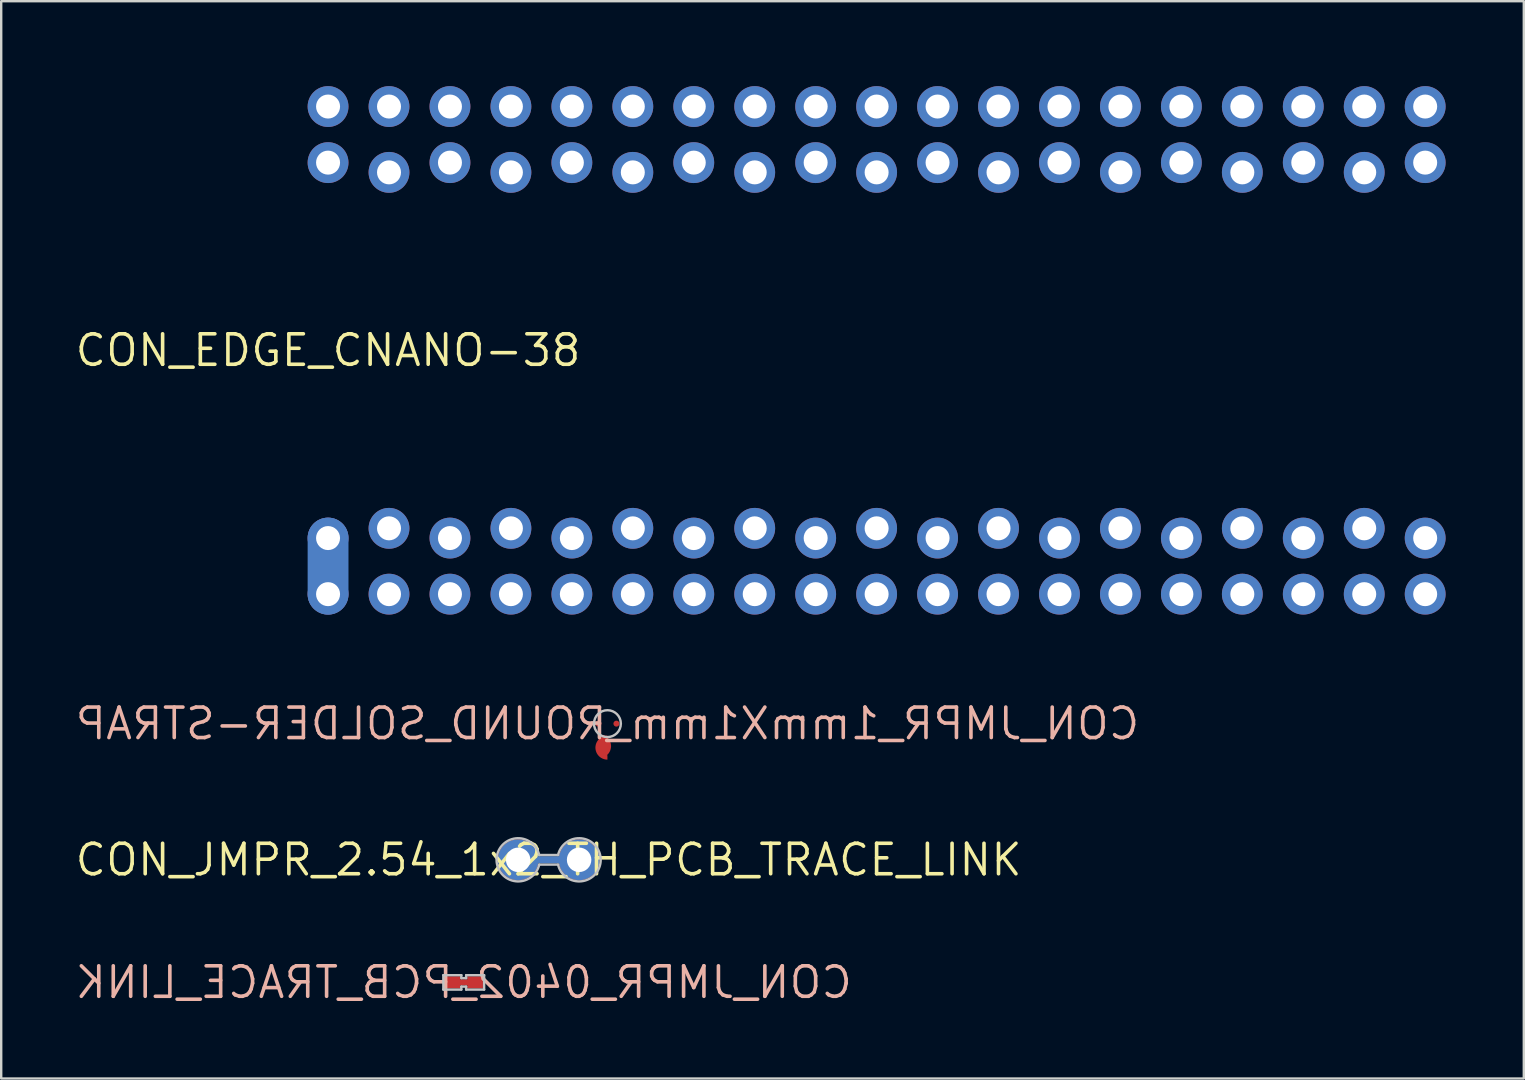
<source format=kicad_pcb>
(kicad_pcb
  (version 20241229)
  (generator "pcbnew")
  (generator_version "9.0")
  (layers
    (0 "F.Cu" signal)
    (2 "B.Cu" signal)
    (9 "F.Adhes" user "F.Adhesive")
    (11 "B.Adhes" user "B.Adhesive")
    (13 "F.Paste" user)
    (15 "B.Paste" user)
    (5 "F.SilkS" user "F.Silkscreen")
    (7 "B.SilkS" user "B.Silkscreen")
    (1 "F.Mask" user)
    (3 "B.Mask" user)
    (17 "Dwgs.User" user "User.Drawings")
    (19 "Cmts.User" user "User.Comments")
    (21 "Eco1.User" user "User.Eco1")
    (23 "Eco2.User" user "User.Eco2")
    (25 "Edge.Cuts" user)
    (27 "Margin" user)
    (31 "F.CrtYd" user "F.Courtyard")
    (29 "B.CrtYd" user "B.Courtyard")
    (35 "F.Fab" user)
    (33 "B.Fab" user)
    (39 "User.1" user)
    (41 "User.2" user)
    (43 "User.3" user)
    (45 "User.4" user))
  (footprint "CON_EDGE_CNANO-38"
    (layer "F.Cu")
    (at 10.621 11.55)
    (property "Reference" "CON_EDGE_CNANO-38" (at 0 0 0) (layer "F.SilkS") (effects (font (size 1.27 1.27) (thickness 0.15))))
    (fp_line (start 0 10.16) (end 0 7.823) (stroke (width 0.686) (type solid)) (layer "F.Cu"))
    (fp_line (start 0 10.16) (end 0 7.823) (stroke (width 1.702) (type solid)) (layer "B.Cu"))
    (fp_line (start 0 -7.823) (end 0 -10.16) (stroke (width 1.902) (type solid)) (layer "B.Mask"))
    (fp_line (start 0 10.16) (end 0 7.823) (stroke (width 1.902) (type solid)) (layer "B.Mask"))
    (fp_line (start 2.54 -7.417) (end 2.54 -10.16) (stroke (width 1.902) (type solid)) (layer "B.Mask"))
    (fp_line (start 2.54 10.16) (end 2.54 7.417) (stroke (width 1.902) (type solid)) (layer "B.Mask"))
    (fp_line (start 5.08 -7.823) (end 5.08 -10.16) (stroke (width 1.902) (type solid)) (layer "B.Mask"))
    (fp_line (start 5.08 10.16) (end 5.08 7.823) (stroke (width 1.902) (type solid)) (layer "B.Mask"))
    (fp_line (start 7.62 -7.417) (end 7.62 -10.16) (stroke (width 1.902) (type solid)) (layer "B.Mask"))
    (fp_line (start 7.62 10.16) (end 7.62 7.417) (stroke (width 1.902) (type solid)) (layer "B.Mask"))
    (fp_line (start 10.16 -7.823) (end 10.16 -10.16) (stroke (width 1.902) (type solid)) (layer "B.Mask"))
    (fp_line (start 10.16 10.16) (end 10.16 7.823) (stroke (width 1.902) (type solid)) (layer "B.Mask"))
    (fp_line (start 12.7 -7.417) (end 12.7 -10.16) (stroke (width 1.902) (type solid)) (layer "B.Mask"))
    (fp_line (start 12.7 10.16) (end 12.7 7.417) (stroke (width 1.902) (type solid)) (layer "B.Mask"))
    (fp_line (start 15.24 -7.823) (end 15.24 -10.16) (stroke (width 1.902) (type solid)) (layer "B.Mask"))
    (fp_line (start 15.24 10.16) (end 15.24 7.823) (stroke (width 1.902) (type solid)) (layer "B.Mask"))
    (fp_line (start 17.78 -7.417) (end 17.78 -10.16) (stroke (width 1.902) (type solid)) (layer "B.Mask"))
    (fp_line (start 17.78 10.16) (end 17.78 7.417) (stroke (width 1.902) (type solid)) (layer "B.Mask"))
    (fp_line (start 20.32 -7.823) (end 20.32 -10.16) (stroke (width 1.902) (type solid)) (layer "B.Mask"))
    (fp_line (start 20.32 10.16) (end 20.32 7.823) (stroke (width 1.902) (type solid)) (layer "B.Mask"))
    (fp_line (start 22.86 -7.417) (end 22.86 -10.16) (stroke (width 1.902) (type solid)) (layer "B.Mask"))
    (fp_line (start 22.86 10.16) (end 22.86 7.417) (stroke (width 1.902) (type solid)) (layer "B.Mask"))
    (fp_line (start 25.4 -7.823) (end 25.4 -10.16) (stroke (width 1.902) (type solid)) (layer "B.Mask"))
    (fp_line (start 25.4 10.16) (end 25.4 7.823) (stroke (width 1.902) (type solid)) (layer "B.Mask"))
    (fp_line (start 27.94 -7.417) (end 27.94 -10.16) (stroke (width 1.902) (type solid)) (layer "B.Mask"))
    (fp_line (start 27.94 10.16) (end 27.94 7.417) (stroke (width 1.902) (type solid)) (layer "B.Mask"))
    (fp_line (start 30.48 -7.823) (end 30.48 -10.16) (stroke (width 1.902) (type solid)) (layer "B.Mask"))
    (fp_line (start 30.48 10.16) (end 30.48 7.823) (stroke (width 1.902) (type solid)) (layer "B.Mask"))
    (fp_line (start 33.02 -7.417) (end 33.02 -10.16) (stroke (width 1.902) (type solid)) (layer "B.Mask"))
    (fp_line (start 33.02 10.16) (end 33.02 7.417) (stroke (width 1.902) (type solid)) (layer "B.Mask"))
    (fp_line (start 35.56 -7.823) (end 35.56 -10.16) (stroke (width 1.902) (type solid)) (layer "B.Mask"))
    (fp_line (start 35.56 10.16) (end 35.56 7.823) (stroke (width 1.902) (type solid)) (layer "B.Mask"))
    (fp_line (start 38.1 -7.417) (end 38.1 -10.16) (stroke (width 1.902) (type solid)) (layer "B.Mask"))
    (fp_line (start 38.1 10.16) (end 38.1 7.417) (stroke (width 1.902) (type solid)) (layer "B.Mask"))
    (fp_line (start 40.64 -7.823) (end 40.64 -10.16) (stroke (width 1.902) (type solid)) (layer "B.Mask"))
    (fp_line (start 40.64 10.16) (end 40.64 7.823) (stroke (width 1.902) (type solid)) (layer "B.Mask"))
    (fp_line (start 43.18 -7.417) (end 43.18 -10.16) (stroke (width 1.902) (type solid)) (layer "B.Mask"))
    (fp_line (start 43.18 10.16) (end 43.18 7.417) (stroke (width 1.902) (type solid)) (layer "B.Mask"))
    (fp_line (start 45.72 -7.823) (end 45.72 -10.16) (stroke (width 1.902) (type solid)) (layer "B.Mask"))
    (fp_line (start 45.72 10.16) (end 45.72 7.823) (stroke (width 1.902) (type solid)) (layer "B.Mask"))
    (fp_line (start -1.06 -11.5) (end 46.78 -11.5) (stroke (width 0.1) (type solid)) (layer "Eco1.User"))
    (fp_line (start -1.06 11.5) (end -1.06 -11.5) (stroke (width 0.1) (type solid)) (layer "Eco1.User"))
    (fp_line (start -1.06 11.5) (end 46.78 11.5) (stroke (width 0.1) (type solid)) (layer "Eco1.User"))
    (fp_line (start -0.5 0) (end 0.5 0) (stroke (width 0.1) (type solid)) (layer "Eco1.User"))
    (fp_line (start 0 0.5) (end 0 -0.5) (stroke (width 0.1) (type solid)) (layer "Eco1.User"))
    (fp_line (start 46.78 11.5) (end 46.78 -11.5) (stroke (width 0.1) (type solid)) (layer "Eco1.User"))
    (fp_text_box "" (start -2.845 8.61) (end -2.845 8.61) (margins 0.406 0.406 0.406 0.406) (layer "F.Cu") (effects (font (size 0.475 0.4) (thickness 0.075)) (justify left bottom)) (border yes) (stroke (width 0.1) (type default)))
    (fp_text_box "" (start -1.547 9.192) (end -1.547 9.192) (margins 0.406 0.406 0.406 0.406) (layer "F.Cu") (effects (font (size 0.475 0.4) (thickness 0.075)) (justify left bottom)) (border yes) (stroke (width 0.1) (type default)))
    (fp_text_box "" (start -1.272 9.159) (end -1.272 9.159) (margins 1.85 1.85 1.85 1.85) (layer "F.Cu") (effects (font (size 2.4 2) (thickness 0.4)) (justify left bottom)) (border yes) (stroke (width 0.1) (type default)))
    (pad "1" thru_hole circle (at 0 7.823) (size 1.702 1.702) (drill 1) (layers "*.Cu" "*.Mask"))
    (pad "1" thru_hole circle (at 0 10.16) (size 1.702 1.702) (drill 1) (layers "*.Cu" "*.Mask"))
    (pad "2" thru_hole circle (at 2.54 7.417) (size 1.702 1.702) (drill 1) (layers "*.Cu" "*.Mask"))
    (pad "2" thru_hole circle (at 2.54 10.16) (size 1.702 1.702) (drill 1) (layers "*.Cu" "*.Mask"))
    (pad "3" thru_hole circle (at 5.08 7.823) (size 1.702 1.702) (drill 1) (layers "*.Cu" "*.Mask"))
    (pad "3" thru_hole circle (at 5.08 10.16) (size 1.702 1.702) (drill 1) (layers "*.Cu" "*.Mask"))
    (pad "4" thru_hole circle (at 7.62 7.417) (size 1.702 1.702) (drill 1) (layers "*.Cu" "*.Mask"))
    (pad "4" thru_hole circle (at 7.62 10.16) (size 1.702 1.702) (drill 1) (layers "*.Cu" "*.Mask"))
    (pad "5" thru_hole circle (at 10.16 7.823) (size 1.702 1.702) (drill 1) (layers "*.Cu" "*.Mask"))
    (pad "5" thru_hole circle (at 10.16 10.16) (size 1.702 1.702) (drill 1) (layers "*.Cu" "*.Mask"))
    (pad "6" thru_hole circle (at 12.7 7.417) (size 1.702 1.702) (drill 1) (layers "*.Cu" "*.Mask"))
    (pad "6" thru_hole circle (at 12.7 10.16) (size 1.702 1.702) (drill 1) (layers "*.Cu" "*.Mask"))
    (pad "7" thru_hole circle (at 15.24 7.823) (size 1.702 1.702) (drill 1) (layers "*.Cu" "*.Mask"))
    (pad "7" thru_hole circle (at 15.24 10.16) (size 1.702 1.702) (drill 1) (layers "*.Cu" "*.Mask"))
    (pad "8" thru_hole circle (at 17.78 7.417) (size 1.702 1.702) (drill 1) (layers "*.Cu" "*.Mask"))
    (pad "8" thru_hole circle (at 17.78 10.16) (size 1.702 1.702) (drill 1) (layers "*.Cu" "*.Mask"))
    (pad "9" thru_hole circle (at 20.32 7.823) (size 1.702 1.702) (drill 1) (layers "*.Cu" "*.Mask"))
    (pad "9" thru_hole circle (at 20.32 10.16) (size 1.702 1.702) (drill 1) (layers "*.Cu" "*.Mask"))
    (pad "10" thru_hole circle (at 22.86 7.417) (size 1.702 1.702) (drill 1) (layers "*.Cu" "*.Mask"))
    (pad "10" thru_hole circle (at 22.86 10.16) (size 1.702 1.702) (drill 1) (layers "*.Cu" "*.Mask"))
    (pad "11" thru_hole circle (at 25.4 7.823) (size 1.702 1.702) (drill 1) (layers "*.Cu" "*.Mask"))
    (pad "11" thru_hole circle (at 25.4 10.16) (size 1.702 1.702) (drill 1) (layers "*.Cu" "*.Mask"))
    (pad "12" thru_hole circle (at 27.94 7.417) (size 1.702 1.702) (drill 1) (layers "*.Cu" "*.Mask"))
    (pad "12" thru_hole circle (at 27.94 10.16) (size 1.702 1.702) (drill 1) (layers "*.Cu" "*.Mask"))
    (pad "13" thru_hole circle (at 30.48 7.823) (size 1.702 1.702) (drill 1) (layers "*.Cu" "*.Mask"))
    (pad "13" thru_hole circle (at 30.48 10.16) (size 1.702 1.702) (drill 1) (layers "*.Cu" "*.Mask"))
    (pad "14" thru_hole circle (at 33.02 7.417) (size 1.702 1.702) (drill 1) (layers "*.Cu" "*.Mask"))
    (pad "14" thru_hole circle (at 33.02 10.16) (size 1.702 1.702) (drill 1) (layers "*.Cu" "*.Mask"))
    (pad "15" thru_hole circle (at 35.56 7.823) (size 1.702 1.702) (drill 1) (layers "*.Cu" "*.Mask"))
    (pad "15" thru_hole circle (at 35.56 10.16) (size 1.702 1.702) (drill 1) (layers "*.Cu" "*.Mask"))
    (pad "16" thru_hole circle (at 38.1 7.417) (size 1.702 1.702) (drill 1) (layers "*.Cu" "*.Mask"))
    (pad "16" thru_hole circle (at 38.1 10.16) (size 1.702 1.702) (drill 1) (layers "*.Cu" "*.Mask"))
    (pad "17" thru_hole circle (at 40.64 7.823) (size 1.702 1.702) (drill 1) (layers "*.Cu" "*.Mask"))
    (pad "17" thru_hole circle (at 40.64 10.16) (size 1.702 1.702) (drill 1) (layers "*.Cu" "*.Mask"))
    (pad "18" thru_hole circle (at 43.18 7.417) (size 1.702 1.702) (drill 1) (layers "*.Cu" "*.Mask"))
    (pad "18" thru_hole circle (at 43.18 10.16) (size 1.702 1.702) (drill 1) (layers "*.Cu" "*.Mask"))
    (pad "19" thru_hole circle (at 45.72 7.823) (size 1.702 1.702) (drill 1) (layers "*.Cu" "*.Mask"))
    (pad "19" thru_hole circle (at 45.72 10.16) (size 1.702 1.702) (drill 1) (layers "*.Cu" "*.Mask"))
    (pad "20" thru_hole circle (at 45.72 -10.16 180) (size 1.702 1.702) (drill 1) (layers "*.Cu" "*.Mask"))
    (pad "20" thru_hole circle (at 45.72 -7.823 180) (size 1.702 1.702) (drill 1) (layers "*.Cu" "*.Mask"))
    (pad "21" thru_hole circle (at 43.18 -10.16 180) (size 1.702 1.702) (drill 1) (layers "*.Cu" "*.Mask"))
    (pad "21" thru_hole circle (at 43.18 -7.417 180) (size 1.702 1.702) (drill 1) (layers "*.Cu" "*.Mask"))
    (pad "22" thru_hole circle (at 40.64 -10.16 180) (size 1.702 1.702) (drill 1) (layers "*.Cu" "*.Mask"))
    (pad "22" thru_hole circle (at 40.64 -7.823 180) (size 1.702 1.702) (drill 1) (layers "*.Cu" "*.Mask"))
    (pad "23" thru_hole circle (at 38.1 -10.16 180) (size 1.702 1.702) (drill 1) (layers "*.Cu" "*.Mask"))
    (pad "23" thru_hole circle (at 38.1 -7.417 180) (size 1.702 1.702) (drill 1) (layers "*.Cu" "*.Mask"))
    (pad "24" thru_hole circle (at 35.56 -10.16 180) (size 1.702 1.702) (drill 1) (layers "*.Cu" "*.Mask"))
    (pad "24" thru_hole circle (at 35.56 -7.823 180) (size 1.702 1.702) (drill 1) (layers "*.Cu" "*.Mask"))
    (pad "25" thru_hole circle (at 33.02 -10.16 180) (size 1.702 1.702) (drill 1) (layers "*.Cu" "*.Mask"))
    (pad "25" thru_hole circle (at 33.02 -7.417 180) (size 1.702 1.702) (drill 1) (layers "*.Cu" "*.Mask"))
    (pad "26" thru_hole circle (at 30.48 -10.16 180) (size 1.702 1.702) (drill 1) (layers "*.Cu" "*.Mask"))
    (pad "26" thru_hole circle (at 30.48 -7.823 180) (size 1.702 1.702) (drill 1) (layers "*.Cu" "*.Mask"))
    (pad "27" thru_hole circle (at 27.94 -10.16 180) (size 1.702 1.702) (drill 1) (layers "*.Cu" "*.Mask"))
    (pad "27" thru_hole circle (at 27.94 -7.417 180) (size 1.702 1.702) (drill 1) (layers "*.Cu" "*.Mask"))
    (pad "28" thru_hole circle (at 25.4 -10.16 180) (size 1.702 1.702) (drill 1) (layers "*.Cu" "*.Mask"))
    (pad "28" thru_hole circle (at 25.4 -7.823 180) (size 1.702 1.702) (drill 1) (layers "*.Cu" "*.Mask"))
    (pad "29" thru_hole circle (at 22.86 -10.16 180) (size 1.702 1.702) (drill 1) (layers "*.Cu" "*.Mask"))
    (pad "29" thru_hole circle (at 22.86 -7.417 180) (size 1.702 1.702) (drill 1) (layers "*.Cu" "*.Mask"))
    (pad "30" thru_hole circle (at 20.32 -10.16 180) (size 1.702 1.702) (drill 1) (layers "*.Cu" "*.Mask"))
    (pad "30" thru_hole circle (at 20.32 -7.823 180) (size 1.702 1.702) (drill 1) (layers "*.Cu" "*.Mask"))
    (pad "31" thru_hole circle (at 17.78 -10.16 180) (size 1.702 1.702) (drill 1) (layers "*.Cu" "*.Mask"))
    (pad "31" thru_hole circle (at 17.78 -7.417 180) (size 1.702 1.702) (drill 1) (layers "*.Cu" "*.Mask"))
    (pad "32" thru_hole circle (at 15.24 -10.16 180) (size 1.702 1.702) (drill 1) (layers "*.Cu" "*.Mask"))
    (pad "32" thru_hole circle (at 15.24 -7.823 180) (size 1.702 1.702) (drill 1) (layers "*.Cu" "*.Mask"))
    (pad "33" thru_hole circle (at 12.7 -10.16 180) (size 1.702 1.702) (drill 1) (layers "*.Cu" "*.Mask"))
    (pad "33" thru_hole circle (at 12.7 -7.417 180) (size 1.702 1.702) (drill 1) (layers "*.Cu" "*.Mask"))
    (pad "34" thru_hole circle (at 10.16 -10.16 180) (size 1.702 1.702) (drill 1) (layers "*.Cu" "*.Mask"))
    (pad "34" thru_hole circle (at 10.16 -7.823 180) (size 1.702 1.702) (drill 1) (layers "*.Cu" "*.Mask"))
    (pad "35" thru_hole circle (at 7.62 -10.16 180) (size 1.702 1.702) (drill 1) (layers "*.Cu" "*.Mask"))
    (pad "35" thru_hole circle (at 7.62 -7.417 180) (size 1.702 1.702) (drill 1) (layers "*.Cu" "*.Mask"))
    (pad "36" thru_hole circle (at 5.08 -10.16 180) (size 1.702 1.702) (drill 1) (layers "*.Cu" "*.Mask"))
    (pad "36" thru_hole circle (at 5.08 -7.823 180) (size 1.702 1.702) (drill 1) (layers "*.Cu" "*.Mask"))
    (pad "37" thru_hole circle (at 2.54 -10.16 180) (size 1.702 1.702) (drill 1) (layers "*.Cu" "*.Mask"))
    (pad "37" thru_hole circle (at 2.54 -7.417 180) (size 1.702 1.702) (drill 1) (layers "*.Cu" "*.Mask"))
    (pad "38" thru_hole circle (at 0 -10.16 180) (size 1.702 1.702) (drill 1) (layers "*.Cu" "*.Mask"))
    (pad "38" thru_hole circle (at 0 -7.823 180) (size 1.702 1.702) (drill 1) (layers "*.Cu" "*.Mask"))
    (zone (net_name "") (layers "F.Cu" "B.Cu") (hatch edge 0.5) (connect_pads) (min_thickness 0.25) (filled_areas_thickness no) (keepout (tracks allowed) (vias allowed) (pads allowed) (copperpour not_allowed) (footprints allowed)) (placement (enabled no)) (fill) (polygon (pts (xy 9.605 19.424) (xy 9.605 22.98) (xy 57.357 22.98) (xy 57.357 19.424))))
    (zone (net_name "") (layers "F.Cu" "B.Cu") (hatch edge 0.5) (connect_pads) (min_thickness 0.25) (filled_areas_thickness no) (keepout (tracks allowed) (vias allowed) (pads allowed) (copperpour not_allowed) (footprints allowed)) (placement (enabled no)) (fill) (polygon (pts (xy 57.357 3.676) (xy 57.357 0.12) (xy 9.605 0.12) (xy 9.605 3.676)))))
  (footprint "CON_JMPR_0402_PCB_TRACE_LINK"
    (layer "F.Cu")
    (at 16.275 37.888)
    (property "Reference" "CON_JMPR_0402_PCB_TRACE_LINK" (at 0 0 0) (layer "B.SilkS") (effects (font (size 1.27 1.27) (thickness 0.15)) (justify mirror)))
    (fp_line (start 0.2 0) (end -0.175 0) (stroke (width 0.254) (type solid)) (layer "F.Cu"))
    (fp_rect (start 0.9 0.35) (end -0.9 -0.35) (stroke (width 0) (type default)) (fill yes) (layer "F.Mask"))
    (fp_line (start -0.85 0.3) (end -0.85 -0.3) (stroke (width 0.1) (type solid)) (layer "Dwgs.User"))
    (fp_line (start -0.1 -0.3) (end -0.85 -0.3) (stroke (width 0.1) (type solid)) (layer "Dwgs.User"))
    (fp_line (start -0.1 -0.177) (end -0.1 -0.3) (stroke (width 0.1) (type solid)) (layer "Dwgs.User"))
    (fp_line (start -0.1 0.3) (end -0.85 0.3) (stroke (width 0.1) (type solid)) (layer "Dwgs.User"))
    (fp_line (start -0.1 0.3) (end -0.1 0.177) (stroke (width 0.1) (type solid)) (layer "Dwgs.User"))
    (fp_line (start 0.1 -0.177) (end -0.1 -0.177) (stroke (width 0.1) (type solid)) (layer "Dwgs.User"))
    (fp_line (start 0.1 -0.177) (end 0.1 -0.3) (stroke (width 0.1) (type solid)) (layer "Dwgs.User"))
    (fp_line (start 0.1 0.177) (end -0.1 0.177) (stroke (width 0.1) (type solid)) (layer "Dwgs.User"))
    (fp_line (start 0.1 0.3) (end 0.1 0.177) (stroke (width 0.1) (type solid)) (layer "Dwgs.User"))
    (fp_line (start 0.85 -0.3) (end 0.1 -0.3) (stroke (width 0.1) (type solid)) (layer "Dwgs.User"))
    (fp_line (start 0.85 0.3) (end 0.1 0.3) (stroke (width 0.1) (type solid)) (layer "Dwgs.User"))
    (fp_line (start 0.85 0.3) (end 0.85 -0.3) (stroke (width 0.1) (type solid)) (layer "Dwgs.User"))
    (fp_line (start -1 0.45) (end -1 -0.45) (stroke (width 0.1) (type solid)) (layer "Eco1.User"))
    (fp_line (start 0 0.275) (end 0 -0.275) (stroke (width 0.1) (type solid)) (layer "Eco1.User"))
    (fp_line (start 0.275 0) (end -0.275 0) (stroke (width 0.1) (type solid)) (layer "Eco1.User"))
    (fp_line (start 1 -0.45) (end -1 -0.45) (stroke (width 0.1) (type solid)) (layer "Eco1.User"))
    (fp_line (start 1 0.45) (end -1 0.45) (stroke (width 0.1) (type solid)) (layer "Eco1.User"))
    (fp_line (start 1 0.45) (end 1 -0.45) (stroke (width 0.1) (type solid)) (layer "Eco1.User"))
    (fp_text_box "" (start 0.793 0.563) (end 0.793 0.563) (margins 0.406 0.406 0.406 0.406) (angle 180) (layer "B.Cu") (effects (font (size 0.475 0.4) (thickness 0.075)) (justify left bottom)) (border yes) (stroke (width 0.1) (type default)))
    (pad "1" smd rect (at -0.475 0 270) (size 0.5 0.65) (layers "F.Cu" "F.Mask" "F.Paste"))
    (pad "2" smd rect (at 0.475 0 270) (size 0.5 0.65) (layers "F.Cu" "F.Mask" "F.Paste")))
  (footprint "CON_JMPR_1mmX1mm_ROUND_SOLDER-STRAP"
    (layer "F.Cu")
    (at 22.263 27.106)
    (property "Reference" "CON_JMPR_1mmX1mm_ROUND_SOLDER-STRAP" (at 0 0 0) (layer "B.SilkS") (effects (font (size 1.27 1.27) (thickness 0.15)) (justify mirror)))
    (fp_circle (center 0 0) (end 0.263 0) (stroke (width 0.525) (type solid)) (fill yes) (layer "F.Mask"))
    (fp_circle (center 0 0) (end 0.56 0) (stroke (width 0.1) (type solid)) (fill no) (layer "Dwgs.User"))
    (fp_circle (center 0 0) (end 0.7 0) (stroke (width 0.1) (type solid)) (fill no) (layer "Eco1.User"))
    (fp_text_box "" (start -0.264 0.797) (end -0.264 0.797) (margins 0.406 0.406 0.406 0.406) (angle 270) (layer "B.Cu") (effects (font (size 0.475 0.4) (thickness 0.075)) (justify left bottom)) (border yes) (stroke (width 0.1) (type default)))
    (pad "" smd custom (at -0.175 0.468 270) (size 0.000001 0.000001) (layers "F.Cu") (options (anchor circle)) (primitives (gr_poly (pts (arc (start 0 0) (mid 0.468373 -0.325392) (end 0.93693 -0.000263)) (xy 0.937 -0.000262) (xy 0.718 -0.000262) (xy 0.468 0.25) (xy 0.218 -0.000262) (xy -0.000006 0.000008)) (width 0) (fill yes))))
    (pad "" smd custom (at 0 0.5 270) (size 0.000001 0.000001) (layers "F.Cu") (options (anchor circle)) (primitives (gr_poly (pts (arc (start 0 0) (mid 0.5 0.5) (end 1 0)) (xy 0.825 0) (xy 0.575 0.25) (xy 0.425 0.25) (xy 0.175 0) (xy 0.00001 0)) (width 0) (fill yes))))
    (pad "1" smd circle (at -0.375 0 180) (size 0.25 0.25) (layers "F.Cu" "F.Mask" "F.Paste"))
    (pad "2" smd circle (at 0.375 0 180) (size 0.25 0.25) (layers "F.Cu" "F.Mask" "F.Paste")))
  (footprint "CON_JMPR_2.54_1x2_TH_PCB_TRACE_LINK"
    (layer "F.Cu")
    (at 19.813 32.781)
    (property "Reference" "CON_JMPR_2.54_1x2_TH_PCB_TRACE_LINK" (at 0 0 0) (layer "F.SilkS") (effects (font (size 1.27 1.27) (thickness 0.15))))
    (fp_line (start -1.27 0) (end 1.27 0) (stroke (width 0.3) (type solid)) (layer "B.Cu"))
    (fp_line (start -1.27 0) (end 1.27 0) (stroke (width 0.7) (type solid)) (layer "B.Mask"))
    (fp_line (start -0.393 -0.2) (end 0.393 -0.2) (stroke (width 0.1) (type solid)) (layer "Dwgs.User"))
    (fp_line (start -0.393 0.2) (end 0.393 0.2) (stroke (width 0.1) (type solid)) (layer "Dwgs.User"))
    (fp_arc (start -0.392503 0.2) (mid -2.170001 0) (end -0.392503 -0.2) (stroke (width 0.1) (type solid)) (layer "Dwgs.User"))
    (fp_arc (start 0.392503 -0.2) (mid 2.170001 0) (end 0.392503 0.2) (stroke (width 0.1) (type solid)) (layer "Dwgs.User"))
    (fp_line (start -2.32 -1.05) (end 2.32 -1.05) (stroke (width 0.1) (type solid)) (layer "Eco1.User"))
    (fp_line (start -2.32 -1.05) (end 2.32 -1.05) (stroke (width 0.1) (type solid)) (layer "Eco1.User"))
    (fp_line (start -2.32 1.05) (end -2.32 -1.05) (stroke (width 0.1) (type solid)) (layer "Eco1.User"))
    (fp_line (start -2.32 1.05) (end -2.32 -1.05) (stroke (width 0.1) (type solid)) (layer "Eco1.User"))
    (fp_line (start -2.32 1.05) (end 2.32 1.05) (stroke (width 0.1) (type solid)) (layer "Eco1.User"))
    (fp_line (start -2.32 1.05) (end 2.32 1.05) (stroke (width 0.1) (type solid)) (layer "Eco1.User"))
    (fp_line (start -0.475 0) (end 0.525 0) (stroke (width 0.1) (type solid)) (layer "Eco1.User"))
    (fp_line (start 0 0.492) (end 0 -0.508) (stroke (width 0.1) (type solid)) (layer "Eco1.User"))
    (fp_line (start 2.32 1.05) (end 2.32 -1.05) (stroke (width 0.1) (type solid)) (layer "Eco1.User"))
    (fp_line (start 2.32 1.05) (end 2.32 -1.05) (stroke (width 0.1) (type solid)) (layer "Eco1.User"))
    (fp_circle (center -1.27 0) (end -1.27 -0.9) (stroke (width 0.1) (type solid)) (fill no) (layer "Eco2.User"))
    (fp_circle (center 1.27 0) (end 1.27 -0.9) (stroke (width 0.1) (type solid)) (fill no) (layer "Eco2.User"))
    (fp_text_box "" (start 0.651 -1.125) (end 0.651 -1.125) (margins 0.406 0.406 0.406 0.406) (layer "F.Cu") (effects (font (size 0.475 0.4) (thickness 0.075)) (justify left bottom mirror)) (border yes) (stroke (width 0.1) (type default)))
    (pad "1" thru_hole circle (at -1.27 0) (size 1.7 1.7) (drill 1.02) (layers "*.Cu" "*.Mask"))
    (pad "2" thru_hole circle (at 1.27 0) (size 1.7 1.7) (drill 1.02) (layers "*.Cu" "*.Mask")))
  (gr_rect
    (start -3 -3)
    (end 60.451 41.894)
    (stroke (width 0.1) (type default))
    (fill no)
    (layer "Edge.Cuts")))
</source>
